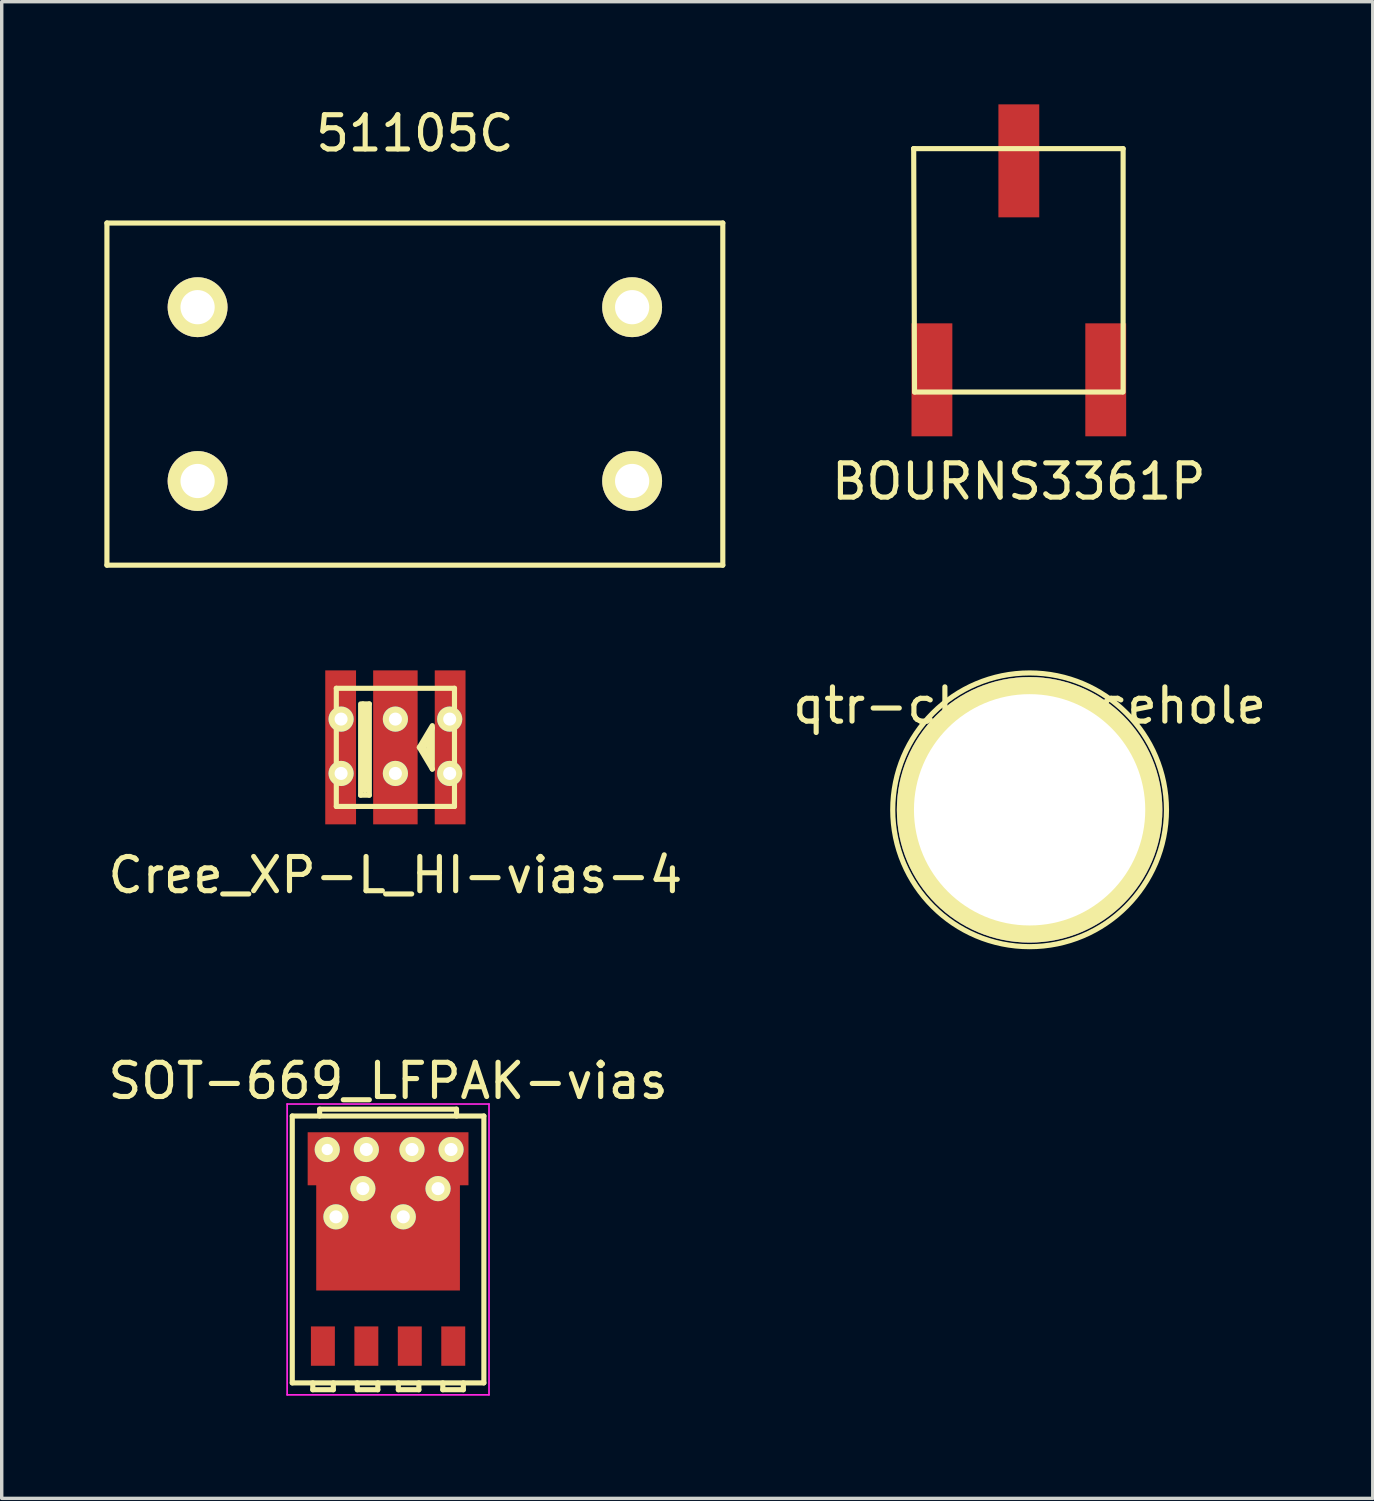
<source format=kicad_pcb>
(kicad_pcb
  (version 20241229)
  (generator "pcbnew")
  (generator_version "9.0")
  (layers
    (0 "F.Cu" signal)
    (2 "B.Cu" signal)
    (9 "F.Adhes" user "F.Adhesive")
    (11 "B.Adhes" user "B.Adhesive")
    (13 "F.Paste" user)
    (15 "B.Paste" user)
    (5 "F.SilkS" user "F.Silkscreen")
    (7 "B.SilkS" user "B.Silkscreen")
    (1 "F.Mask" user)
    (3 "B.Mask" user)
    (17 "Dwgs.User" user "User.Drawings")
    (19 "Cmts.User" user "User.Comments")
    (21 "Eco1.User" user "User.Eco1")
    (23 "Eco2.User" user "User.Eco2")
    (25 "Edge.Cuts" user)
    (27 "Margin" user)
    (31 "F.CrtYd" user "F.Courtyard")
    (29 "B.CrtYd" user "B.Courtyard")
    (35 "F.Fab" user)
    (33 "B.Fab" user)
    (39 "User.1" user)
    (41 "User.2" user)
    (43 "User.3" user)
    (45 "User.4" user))
  (footprint "BOURNS3361P"
    (layer "F.Cu")
    (at 26.727 4.851)
    (property "Reference" "BOURNS3361P" (at 0 6.172 0) (layer "F.SilkS") (effects (font (size 1 1) (thickness 0.15))))
    (attr through_hole)
    (fp_line (start -3.073 -3.556) (end -3.048 -3.556) (stroke (width 0.15) (type solid)) (layer "F.SilkS"))
    (fp_line (start -3.073 -3.556) (end 3.048 -3.556) (stroke (width 0.15) (type solid)) (layer "F.SilkS"))
    (fp_line (start -3.048 3.556) (end -3.073 -3.556) (stroke (width 0.15) (type solid)) (layer "F.SilkS"))
    (fp_line (start 3.023 3.556) (end -3.048 3.556) (stroke (width 0.15) (type solid)) (layer "F.SilkS"))
    (fp_line (start 3.048 -3.556) (end 3.048 3.556) (stroke (width 0.15) (type solid)) (layer "F.SilkS"))
    (pad "1" smd rect (at -2.54 3.2) (size 1.194 3.302) (layers "F.Cu" "F.Mask" "F.Paste"))
    (pad "2" smd rect (at 0 -3.2) (size 1.194 3.302) (layers "F.Cu" "F.Mask" "F.Paste"))
    (pad "3" smd rect (at 2.54 3.2) (size 1.194 3.302) (layers "F.Cu" "F.Mask" "F.Paste")))
  (footprint "qtr-clearancehole"
    (layer "F.Cu")
    (at 27.042 20.618)
    (property "Reference" "qtr-clearancehole" (at 0 -3.048 0) (layer "F.SilkS") (effects (font (size 1 1) (thickness 0.15))))
    (attr through_hole)
    (fp_circle (center 0 0) (end 0 -4) (stroke (width 0.15) (type solid)) (fill no) (layer "F.SilkS"))
    (pad "1" thru_hole circle (at 0 0) (size 7.76 7.76) (drill 6.76) (layers "*.Cu" "*.Mask" "F.SilkS")))
  (footprint "Cree_XP-L_HI-vias-4"
    (layer "F.Cu")
    (at 8.506 18.793)
    (property "Reference" "Cree_XP-L_HI-vias-4" (at 0 3.734 0) (layer "F.SilkS") (effects (font (size 1 1) (thickness 0.15))))
    (attr through_hole)
    (fp_line (start -1.727 -1.727) (end 1.727 -1.727) (stroke (width 0.15) (type solid)) (layer "F.SilkS"))
    (fp_line (start -1.727 1.727) (end -1.727 -1.727) (stroke (width 0.15) (type solid)) (layer "F.SilkS"))
    (fp_line (start -1.016 -1.27) (end -1.016 1.397) (stroke (width 0.15) (type solid)) (layer "F.SilkS"))
    (fp_line (start -1.016 1.397) (end -0.762 1.397) (stroke (width 0.15) (type solid)) (layer "F.SilkS"))
    (fp_line (start -0.953 -1.27) (end -0.889 -1.206) (stroke (width 0.15) (type solid)) (layer "F.SilkS"))
    (fp_line (start -0.889 -1.206) (end -0.889 1.27) (stroke (width 0.15) (type solid)) (layer "F.SilkS"))
    (fp_line (start -0.762 -1.27) (end -0.953 -1.27) (stroke (width 0.15) (type solid)) (layer "F.SilkS"))
    (fp_line (start -0.762 1.397) (end -0.762 -1.27) (stroke (width 0.15) (type solid)) (layer "F.SilkS"))
    (fp_line (start 0.699 0) (end 1.079 0.635) (stroke (width 0.15) (type solid)) (layer "F.SilkS"))
    (fp_line (start 0.826 0) (end 0.889 -0.127) (stroke (width 0.15) (type solid)) (layer "F.SilkS"))
    (fp_line (start 0.889 -0.127) (end 0.889 -0.191) (stroke (width 0.15) (type solid)) (layer "F.SilkS"))
    (fp_line (start 0.953 -0.191) (end 1.016 0.381) (stroke (width 0.15) (type solid)) (layer "F.SilkS"))
    (fp_line (start 1.016 0.381) (end 0.826 0) (stroke (width 0.15) (type solid)) (layer "F.SilkS"))
    (fp_line (start 1.079 -0.635) (end 0.699 0) (stroke (width 0.15) (type solid)) (layer "F.SilkS"))
    (fp_line (start 1.079 -0.572) (end 0.953 -0.191) (stroke (width 0.15) (type solid)) (layer "F.SilkS"))
    (fp_line (start 1.079 0.635) (end 1.079 -0.572) (stroke (width 0.15) (type solid)) (layer "F.SilkS"))
    (fp_line (start 1.727 -1.727) (end 1.727 1.727) (stroke (width 0.15) (type solid)) (layer "F.SilkS"))
    (fp_line (start 1.727 1.727) (end -1.727 1.727) (stroke (width 0.15) (type solid)) (layer "F.SilkS"))
    (pad "1" smd rect (at -1.6 0) (size 0.9 4.5) (layers "F.Cu" "F.Mask" "F.Paste"))
    (pad "1" thru_hole circle (at -1.587 -0.826) (size 0.737 0.737) (drill 0.381) (layers "*.Cu" "*.Mask" "F.SilkS"))
    (pad "1" thru_hole circle (at -1.587 0.762) (size 0.737 0.737) (drill 0.381) (layers "*.Cu" "*.Mask" "F.SilkS"))
    (pad "2" thru_hole circle (at 1.587 -0.826) (size 0.737 0.737) (drill 0.381) (layers "*.Cu" "*.Mask" "F.SilkS"))
    (pad "2" thru_hole circle (at 1.587 0.762) (size 0.737 0.737) (drill 0.381) (layers "*.Cu" "*.Mask" "F.SilkS"))
    (pad "2" smd rect (at 1.6 0) (size 0.9 4.5) (layers "F.Cu" "F.Mask" "F.Paste"))
    (pad "3" thru_hole circle (at 0 -0.826) (size 0.737 0.737) (drill 0.381) (layers "*.Cu" "*.Mask" "F.SilkS"))
    (pad "3" smd rect (at 0 0) (size 1.3 4.5) (layers "F.Cu" "F.Mask" "F.Paste"))
    (pad "3" thru_hole circle (at 0 0.762) (size 0.737 0.737) (drill 0.381) (layers "*.Cu" "*.Mask" "F.SilkS")))
  (footprint "51105C"
    (layer "F.Cu")
    (at 9.075 8.468)
    (property "Reference" "51105C" (at 0 -7.62 0) (layer "F.SilkS") (effects (font (size 1 1) (thickness 0.15))))
    (attr through_hole)
    (fp_line (start -9 -5) (end 9 -5) (stroke (width 0.15) (type solid)) (layer "F.SilkS"))
    (fp_line (start -9 5) (end -9 -5) (stroke (width 0.15) (type solid)) (layer "F.SilkS"))
    (fp_line (start 9 -5) (end 9 5) (stroke (width 0.15) (type solid)) (layer "F.SilkS"))
    (fp_line (start 9 5) (end -9 5) (stroke (width 0.15) (type solid)) (layer "F.SilkS"))
    (pad "1" thru_hole circle (at -6.35 2.54) (size 1.75 1.75) (drill 1) (layers "*.Cu" "*.Mask" "F.SilkS"))
    (pad "2" thru_hole circle (at 6.35 2.54) (size 1.75 1.75) (drill 1) (layers "*.Cu" "*.Mask" "F.SilkS"))
    (pad "3" thru_hole circle (at 6.35 -2.54) (size 1.75 1.75) (drill 1) (layers "*.Cu" "*.Mask" "F.SilkS"))
    (pad "4" thru_hole circle (at -6.35 -2.54) (size 1.75 1.75) (drill 1) (layers "*.Cu" "*.Mask" "F.SilkS")))
  (footprint "SOT-669_LFPAK-vias"
    (layer "F.Cu")
    (at 8.292 33.467)
    (property "Reference" "SOT-669_LFPAK-vias" (at 0 -4.925 0) (layer "F.SilkS") (effects (font (size 1 1) (thickness 0.15))))
    (attr smd)
    (fp_line (start -2.8 -3.9) (end 2.8 -3.9) (stroke (width 0.15) (type solid)) (layer "F.SilkS"))
    (fp_line (start -2.8 3.9) (end -2.8 -3.9) (stroke (width 0.15) (type solid)) (layer "F.SilkS"))
    (fp_line (start -2.2 3.9) (end -2.2 4.1) (stroke (width 0.15) (type solid)) (layer "F.SilkS"))
    (fp_line (start -2.2 4.1) (end -1.6 4.1) (stroke (width 0.15) (type solid)) (layer "F.SilkS"))
    (fp_line (start -2 -4.1) (end 2 -4.1) (stroke (width 0.15) (type solid)) (layer "F.SilkS"))
    (fp_line (start -2 -3.9) (end -2 -4.1) (stroke (width 0.15) (type solid)) (layer "F.SilkS"))
    (fp_line (start -1.6 4.1) (end -1.6 3.9) (stroke (width 0.15) (type solid)) (layer "F.SilkS"))
    (fp_line (start -0.9 3.9) (end -0.9 4.1) (stroke (width 0.15) (type solid)) (layer "F.SilkS"))
    (fp_line (start -0.9 4.1) (end -0.3 4.1) (stroke (width 0.15) (type solid)) (layer "F.SilkS"))
    (fp_line (start -0.3 4.1) (end -0.3 3.9) (stroke (width 0.15) (type solid)) (layer "F.SilkS"))
    (fp_line (start 0.3 3.9) (end 0.3 4.1) (stroke (width 0.15) (type solid)) (layer "F.SilkS"))
    (fp_line (start 0.3 4.1) (end 0.9 4.1) (stroke (width 0.15) (type solid)) (layer "F.SilkS"))
    (fp_line (start 0.9 4.1) (end 0.9 3.9) (stroke (width 0.15) (type solid)) (layer "F.SilkS"))
    (fp_line (start 1.6 3.9) (end 1.6 4.1) (stroke (width 0.15) (type solid)) (layer "F.SilkS"))
    (fp_line (start 1.6 4.1) (end 2.2 4.1) (stroke (width 0.15) (type solid)) (layer "F.SilkS"))
    (fp_line (start 2 -4.1) (end 2 -3.9) (stroke (width 0.15) (type solid)) (layer "F.SilkS"))
    (fp_line (start 2.2 4.1) (end 2.2 3.9) (stroke (width 0.15) (type solid)) (layer "F.SilkS"))
    (fp_line (start 2.8 -3.9) (end 2.8 3.9) (stroke (width 0.15) (type solid)) (layer "F.SilkS"))
    (fp_line (start 2.8 3.9) (end -2.8 3.9) (stroke (width 0.15) (type solid)) (layer "F.SilkS"))
    (fp_line (start -2.95 -4.25) (end 2.95 -4.25) (stroke (width 0.05) (type solid)) (layer "F.CrtYd"))
    (fp_line (start -2.95 4.25) (end -2.95 -4.25) (stroke (width 0.05) (type solid)) (layer "F.CrtYd"))
    (fp_line (start -2.95 4.25) (end 2.95 4.25) (stroke (width 0.05) (type solid)) (layer "F.CrtYd"))
    (fp_line (start 2.95 -4.25) (end 2.95 4.25) (stroke (width 0.05) (type solid)) (layer "F.CrtYd"))
    (pad "1" smd rect (at -1.905 2.825) (size 0.7 1.15) (layers "F.Cu" "F.Mask" "F.Paste"))
    (pad "2" smd rect (at -0.635 2.825) (size 0.7 1.15) (layers "F.Cu" "F.Mask" "F.Paste"))
    (pad "3" smd rect (at 0.635 2.825) (size 0.7 1.15) (layers "F.Cu" "F.Mask" "F.Paste"))
    (pad "4" smd rect (at 1.905 2.825) (size 0.7 1.15) (layers "F.Cu" "F.Mask" "F.Paste"))
    (pad "5" thru_hole circle (at -1.778 -2.921) (size 0.737 0.737) (drill 0.33) (layers "*.Cu" "*.Mask" "F.SilkS"))
    (pad "5" thru_hole circle (at -1.524 -0.953) (size 0.737 0.737) (drill 0.381) (layers "*.Cu" "*.Mask" "F.SilkS"))
    (pad "5" thru_hole circle (at -0.737 -1.778) (size 0.737 0.737) (drill 0.381) (layers "*.Cu" "*.Mask" "F.SilkS"))
    (pad "5" thru_hole circle (at -0.635 -2.921) (size 0.737 0.737) (drill 0.381) (layers "*.Cu" "*.Mask" "F.SilkS"))
    (pad "5" smd rect (at 0 -2.65) (size 4.7 1.55) (layers "F.Cu" "F.Mask"))
    (pad "5" smd rect (at 0 -0.45) (size 4.2 3.3) (layers "F.Cu" "F.Mask"))
    (pad "5" thru_hole circle (at 0.445 -0.953) (size 0.737 0.737) (drill 0.381) (layers "*.Cu" "*.Mask" "F.SilkS"))
    (pad "5" thru_hole circle (at 0.699 -2.921) (size 0.737 0.737) (drill 0.381) (layers "*.Cu" "*.Mask" "F.SilkS"))
    (pad "5" thru_hole circle (at 1.46 -1.778) (size 0.737 0.737) (drill 0.381) (layers "*.Cu" "*.Mask" "F.SilkS"))
    (pad "5" thru_hole circle (at 1.841 -2.921) (size 0.737 0.737) (drill 0.381) (layers "*.Cu" "*.Mask" "F.SilkS")))
  (gr_rect
    (start -3 -3)
    (end 37.071 40.742)
    (stroke (width 0.1) (type default))
    (fill no)
    (layer "Edge.Cuts")))
</source>
